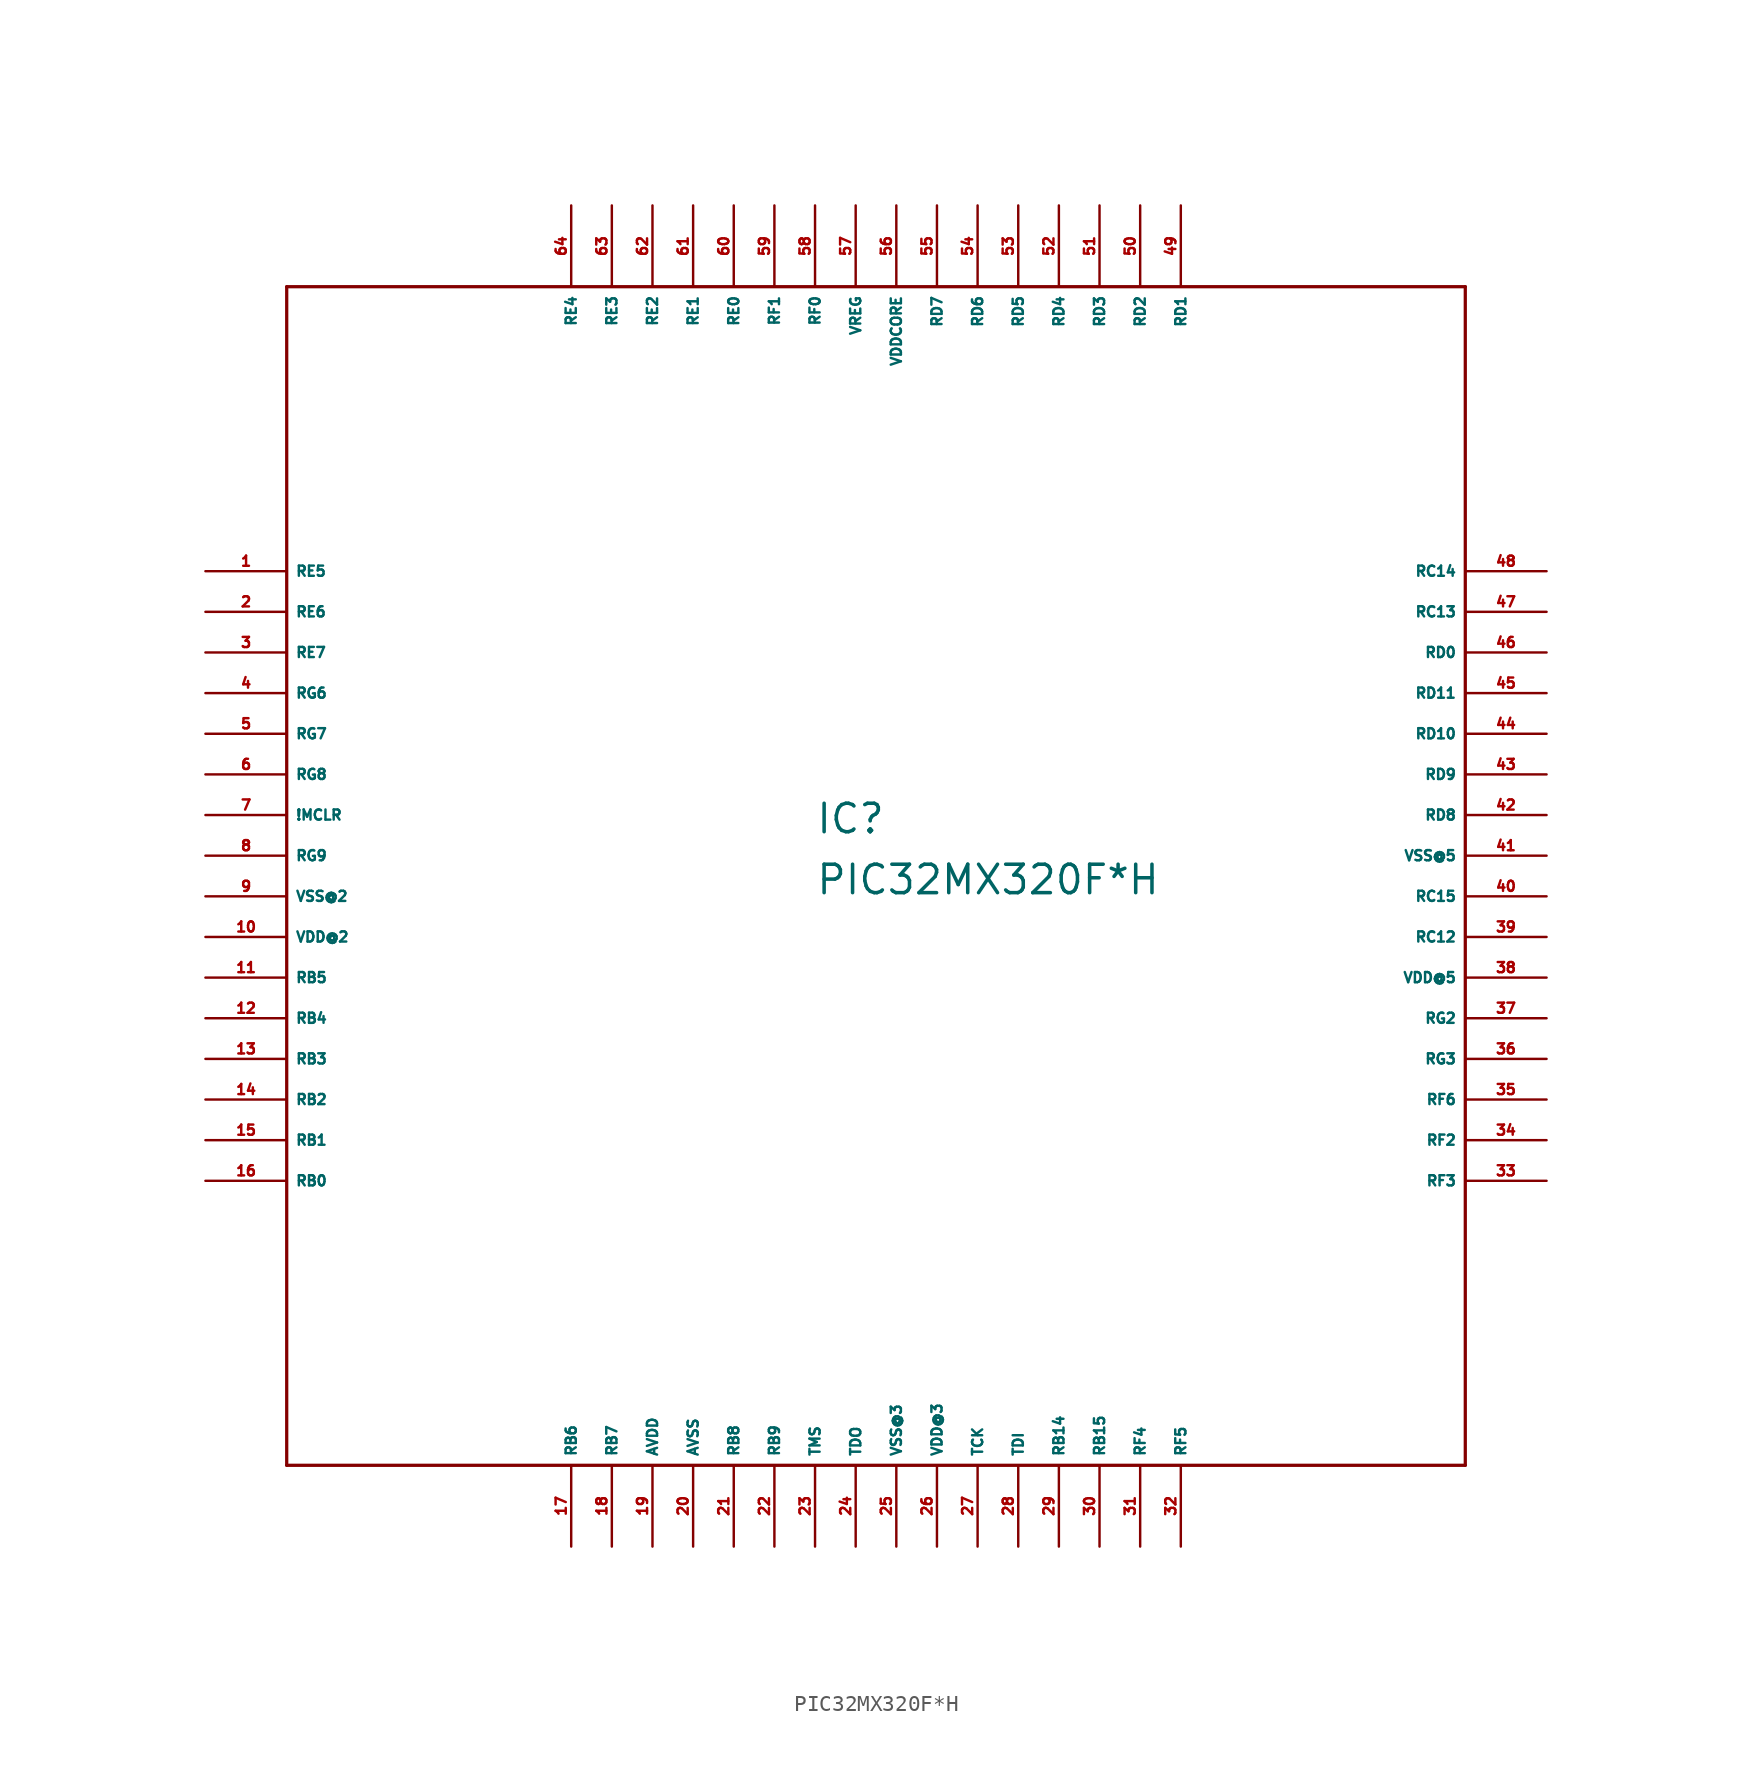
<source format=kicad_sym>
(kicad_symbol_lib
  (version 20220914)
  (generator Eagle2Kicad)
  (symbol "PIC32MX320F*H"
    (property "Reference" "IC"
      (at -5.08 1.27 0)
      (effects (font (size 1.778 1.778) (thickness 0.22)) (justify left bottom)))
    (property "Value" "PIC32MX320F*H"
      (at -5.08 -2.54 0)
      (effects (font (size 1.778 1.778) (thickness 0.22)) (justify left bottom)))
    (polyline
      (pts (xy -38.1 -38.1) (xy 35.56 -38.1))
      (stroke (width 0.203) (type default))
      (fill (type none)))
    (polyline
      (pts (xy 35.56 -38.1) (xy 35.56 35.56))
      (stroke (width 0.203) (type default))
      (fill (type none)))
    (polyline
      (pts (xy 35.56 35.56) (xy -38.1 35.56))
      (stroke (width 0.203) (type default))
      (fill (type none)))
    (polyline
      (pts (xy -38.1 35.56) (xy -38.1 -38.1))
      (stroke (width 0.203) (type default))
      (fill (type none)))
    (pin bidirectional line
      (at -43.18 17.78 0)
      (length 5.08)
      (name "RE5" (effects (font (size 0.635 0.635) (thickness 0.08)) (justify left bottom)))
      (number "1" (effects (font (size 0.635 0.635) (thickness 0.08)) (justify left bottom))))
    (pin bidirectional line
      (at -43.18 15.24 0)
      (length 5.08)
      (name "RE6" (effects (font (size 0.635 0.635) (thickness 0.08)) (justify left bottom)))
      (number "2" (effects (font (size 0.635 0.635) (thickness 0.08)) (justify left bottom))))
    (pin bidirectional line
      (at -43.18 12.7 0)
      (length 5.08)
      (name "RE7" (effects (font (size 0.635 0.635) (thickness 0.08)) (justify left bottom)))
      (number "3" (effects (font (size 0.635 0.635) (thickness 0.08)) (justify left bottom))))
    (pin bidirectional line
      (at -43.18 10.16 0)
      (length 5.08)
      (name "RG6" (effects (font (size 0.635 0.635) (thickness 0.08)) (justify left bottom)))
      (number "4" (effects (font (size 0.635 0.635) (thickness 0.08)) (justify left bottom))))
    (pin bidirectional line
      (at -43.18 7.62 0)
      (length 5.08)
      (name "RG7" (effects (font (size 0.635 0.635) (thickness 0.08)) (justify left bottom)))
      (number "5" (effects (font (size 0.635 0.635) (thickness 0.08)) (justify left bottom))))
    (pin bidirectional line
      (at -43.18 5.08 0)
      (length 5.08)
      (name "RG8" (effects (font (size 0.635 0.635) (thickness 0.08)) (justify left bottom)))
      (number "6" (effects (font (size 0.635 0.635) (thickness 0.08)) (justify left bottom))))
    (pin input line
      (at -43.18 2.54 0)
      (length 5.08)
      (name "!MCLR" (effects (font (size 0.635 0.635) (thickness 0.08)) (justify left bottom)))
      (number "7" (effects (font (size 0.635 0.635) (thickness 0.08)) (justify left bottom))))
    (pin bidirectional line
      (at -43.18 0 0)
      (length 5.08)
      (name "RG9" (effects (font (size 0.635 0.635) (thickness 0.08)) (justify left bottom)))
      (number "8" (effects (font (size 0.635 0.635) (thickness 0.08)) (justify left bottom))))
    (pin unspecified line
      (at -43.18 -2.54 0)
      (length 5.08)
      (name "VSS@2" (effects (font (size 0.635 0.635) (thickness 0.08)) (justify left bottom)))
      (number "9" (effects (font (size 0.635 0.635) (thickness 0.08)) (justify left bottom))))
    (pin unspecified line
      (at -43.18 -5.08 0)
      (length 5.08)
      (name "VDD@2" (effects (font (size 0.635 0.635) (thickness 0.08)) (justify left bottom)))
      (number "10" (effects (font (size 0.635 0.635) (thickness 0.08)) (justify left bottom))))
    (pin bidirectional line
      (at -43.18 -7.62 0)
      (length 5.08)
      (name "RB5" (effects (font (size 0.635 0.635) (thickness 0.08)) (justify left bottom)))
      (number "11" (effects (font (size 0.635 0.635) (thickness 0.08)) (justify left bottom))))
    (pin bidirectional line
      (at -43.18 -10.16 0)
      (length 5.08)
      (name "RB4" (effects (font (size 0.635 0.635) (thickness 0.08)) (justify left bottom)))
      (number "12" (effects (font (size 0.635 0.635) (thickness 0.08)) (justify left bottom))))
    (pin bidirectional line
      (at -43.18 -12.7 0)
      (length 5.08)
      (name "RB3" (effects (font (size 0.635 0.635) (thickness 0.08)) (justify left bottom)))
      (number "13" (effects (font (size 0.635 0.635) (thickness 0.08)) (justify left bottom))))
    (pin bidirectional line
      (at -43.18 -15.24 0)
      (length 5.08)
      (name "RB2" (effects (font (size 0.635 0.635) (thickness 0.08)) (justify left bottom)))
      (number "14" (effects (font (size 0.635 0.635) (thickness 0.08)) (justify left bottom))))
    (pin bidirectional line
      (at -43.18 -17.78 0)
      (length 5.08)
      (name "RB1" (effects (font (size 0.635 0.635) (thickness 0.08)) (justify left bottom)))
      (number "15" (effects (font (size 0.635 0.635) (thickness 0.08)) (justify left bottom))))
    (pin bidirectional line
      (at -43.18 -20.32 0)
      (length 5.08)
      (name "RB0" (effects (font (size 0.635 0.635) (thickness 0.08)) (justify left bottom)))
      (number "16" (effects (font (size 0.635 0.635) (thickness 0.08)) (justify left bottom))))
    (pin bidirectional line
      (at -20.32 -43.18 90)
      (length 5.08)
      (name "RB6" (effects (font (size 0.635 0.635) (thickness 0.08)) (justify left bottom)))
      (number "17" (effects (font (size 0.635 0.635) (thickness 0.08)) (justify left bottom))))
    (pin bidirectional line
      (at -17.78 -43.18 90)
      (length 5.08)
      (name "RB7" (effects (font (size 0.635 0.635) (thickness 0.08)) (justify left bottom)))
      (number "18" (effects (font (size 0.635 0.635) (thickness 0.08)) (justify left bottom))))
    (pin unspecified line
      (at -15.24 -43.18 90)
      (length 5.08)
      (name "AVDD" (effects (font (size 0.635 0.635) (thickness 0.08)) (justify left bottom)))
      (number "19" (effects (font (size 0.635 0.635) (thickness 0.08)) (justify left bottom))))
    (pin unspecified line
      (at -12.7 -43.18 90)
      (length 5.08)
      (name "AVSS" (effects (font (size 0.635 0.635) (thickness 0.08)) (justify left bottom)))
      (number "20" (effects (font (size 0.635 0.635) (thickness 0.08)) (justify left bottom))))
    (pin bidirectional line
      (at -10.16 -43.18 90)
      (length 5.08)
      (name "RB8" (effects (font (size 0.635 0.635) (thickness 0.08)) (justify left bottom)))
      (number "21" (effects (font (size 0.635 0.635) (thickness 0.08)) (justify left bottom))))
    (pin bidirectional line
      (at -7.62 -43.18 90)
      (length 5.08)
      (name "RB9" (effects (font (size 0.635 0.635) (thickness 0.08)) (justify left bottom)))
      (number "22" (effects (font (size 0.635 0.635) (thickness 0.08)) (justify left bottom))))
    (pin input line
      (at -5.08 -43.18 90)
      (length 5.08)
      (name "TMS" (effects (font (size 0.635 0.635) (thickness 0.08)) (justify left bottom)))
      (number "23" (effects (font (size 0.635 0.635) (thickness 0.08)) (justify left bottom))))
    (pin output line
      (at -2.54 -43.18 90)
      (length 5.08)
      (name "TDO" (effects (font (size 0.635 0.635) (thickness 0.08)) (justify left bottom)))
      (number "24" (effects (font (size 0.635 0.635) (thickness 0.08)) (justify left bottom))))
    (pin unspecified line
      (at 0 -43.18 90)
      (length 5.08)
      (name "VSS@3" (effects (font (size 0.635 0.635) (thickness 0.08)) (justify left bottom)))
      (number "25" (effects (font (size 0.635 0.635) (thickness 0.08)) (justify left bottom))))
    (pin unspecified line
      (at 2.54 -43.18 90)
      (length 5.08)
      (name "VDD@3" (effects (font (size 0.635 0.635) (thickness 0.08)) (justify left bottom)))
      (number "26" (effects (font (size 0.635 0.635) (thickness 0.08)) (justify left bottom))))
    (pin input line
      (at 5.08 -43.18 90)
      (length 5.08)
      (name "TCK" (effects (font (size 0.635 0.635) (thickness 0.08)) (justify left bottom)))
      (number "27" (effects (font (size 0.635 0.635) (thickness 0.08)) (justify left bottom))))
    (pin input line
      (at 7.62 -43.18 90)
      (length 5.08)
      (name "TDI" (effects (font (size 0.635 0.635) (thickness 0.08)) (justify left bottom)))
      (number "28" (effects (font (size 0.635 0.635) (thickness 0.08)) (justify left bottom))))
    (pin bidirectional line
      (at 10.16 -43.18 90)
      (length 5.08)
      (name "RB14" (effects (font (size 0.635 0.635) (thickness 0.08)) (justify left bottom)))
      (number "29" (effects (font (size 0.635 0.635) (thickness 0.08)) (justify left bottom))))
    (pin bidirectional line
      (at 12.7 -43.18 90)
      (length 5.08)
      (name "RB15" (effects (font (size 0.635 0.635) (thickness 0.08)) (justify left bottom)))
      (number "30" (effects (font (size 0.635 0.635) (thickness 0.08)) (justify left bottom))))
    (pin bidirectional line
      (at 15.24 -43.18 90)
      (length 5.08)
      (name "RF4" (effects (font (size 0.635 0.635) (thickness 0.08)) (justify left bottom)))
      (number "31" (effects (font (size 0.635 0.635) (thickness 0.08)) (justify left bottom))))
    (pin bidirectional line
      (at 17.78 -43.18 90)
      (length 5.08)
      (name "RF5" (effects (font (size 0.635 0.635) (thickness 0.08)) (justify left bottom)))
      (number "32" (effects (font (size 0.635 0.635) (thickness 0.08)) (justify left bottom))))
    (pin bidirectional line
      (at 40.64 -20.32 180)
      (length 5.08)
      (name "RF3" (effects (font (size 0.635 0.635) (thickness 0.08)) (justify left bottom)))
      (number "33" (effects (font (size 0.635 0.635) (thickness 0.08)) (justify left bottom))))
    (pin bidirectional line
      (at 40.64 -17.78 180)
      (length 5.08)
      (name "RF2" (effects (font (size 0.635 0.635) (thickness 0.08)) (justify left bottom)))
      (number "34" (effects (font (size 0.635 0.635) (thickness 0.08)) (justify left bottom))))
    (pin bidirectional line
      (at 40.64 -15.24 180)
      (length 5.08)
      (name "RF6" (effects (font (size 0.635 0.635) (thickness 0.08)) (justify left bottom)))
      (number "35" (effects (font (size 0.635 0.635) (thickness 0.08)) (justify left bottom))))
    (pin bidirectional line
      (at 40.64 -12.7 180)
      (length 5.08)
      (name "RG3" (effects (font (size 0.635 0.635) (thickness 0.08)) (justify left bottom)))
      (number "36" (effects (font (size 0.635 0.635) (thickness 0.08)) (justify left bottom))))
    (pin bidirectional line
      (at 40.64 -10.16 180)
      (length 5.08)
      (name "RG2" (effects (font (size 0.635 0.635) (thickness 0.08)) (justify left bottom)))
      (number "37" (effects (font (size 0.635 0.635) (thickness 0.08)) (justify left bottom))))
    (pin unspecified line
      (at 40.64 -7.62 180)
      (length 5.08)
      (name "VDD@5" (effects (font (size 0.635 0.635) (thickness 0.08)) (justify left bottom)))
      (number "38" (effects (font (size 0.635 0.635) (thickness 0.08)) (justify left bottom))))
    (pin bidirectional line
      (at 40.64 -5.08 180)
      (length 5.08)
      (name "RC12" (effects (font (size 0.635 0.635) (thickness 0.08)) (justify left bottom)))
      (number "39" (effects (font (size 0.635 0.635) (thickness 0.08)) (justify left bottom))))
    (pin bidirectional line
      (at 40.64 -2.54 180)
      (length 5.08)
      (name "RC15" (effects (font (size 0.635 0.635) (thickness 0.08)) (justify left bottom)))
      (number "40" (effects (font (size 0.635 0.635) (thickness 0.08)) (justify left bottom))))
    (pin unspecified line
      (at 40.64 0 180)
      (length 5.08)
      (name "VSS@5" (effects (font (size 0.635 0.635) (thickness 0.08)) (justify left bottom)))
      (number "41" (effects (font (size 0.635 0.635) (thickness 0.08)) (justify left bottom))))
    (pin bidirectional line
      (at 40.64 2.54 180)
      (length 5.08)
      (name "RD8" (effects (font (size 0.635 0.635) (thickness 0.08)) (justify left bottom)))
      (number "42" (effects (font (size 0.635 0.635) (thickness 0.08)) (justify left bottom))))
    (pin bidirectional line
      (at 40.64 5.08 180)
      (length 5.08)
      (name "RD9" (effects (font (size 0.635 0.635) (thickness 0.08)) (justify left bottom)))
      (number "43" (effects (font (size 0.635 0.635) (thickness 0.08)) (justify left bottom))))
    (pin bidirectional line
      (at 40.64 7.62 180)
      (length 5.08)
      (name "RD10" (effects (font (size 0.635 0.635) (thickness 0.08)) (justify left bottom)))
      (number "44" (effects (font (size 0.635 0.635) (thickness 0.08)) (justify left bottom))))
    (pin bidirectional line
      (at 40.64 10.16 180)
      (length 5.08)
      (name "RD11" (effects (font (size 0.635 0.635) (thickness 0.08)) (justify left bottom)))
      (number "45" (effects (font (size 0.635 0.635) (thickness 0.08)) (justify left bottom))))
    (pin bidirectional line
      (at 40.64 12.7 180)
      (length 5.08)
      (name "RD0" (effects (font (size 0.635 0.635) (thickness 0.08)) (justify left bottom)))
      (number "46" (effects (font (size 0.635 0.635) (thickness 0.08)) (justify left bottom))))
    (pin bidirectional line
      (at 40.64 15.24 180)
      (length 5.08)
      (name "RC13" (effects (font (size 0.635 0.635) (thickness 0.08)) (justify left bottom)))
      (number "47" (effects (font (size 0.635 0.635) (thickness 0.08)) (justify left bottom))))
    (pin bidirectional line
      (at 40.64 17.78 180)
      (length 5.08)
      (name "RC14" (effects (font (size 0.635 0.635) (thickness 0.08)) (justify left bottom)))
      (number "48" (effects (font (size 0.635 0.635) (thickness 0.08)) (justify left bottom))))
    (pin bidirectional line
      (at 17.78 40.64 270)
      (length 5.08)
      (name "RD1" (effects (font (size 0.635 0.635) (thickness 0.08)) (justify left bottom)))
      (number "49" (effects (font (size 0.635 0.635) (thickness 0.08)) (justify left bottom))))
    (pin bidirectional line
      (at 15.24 40.64 270)
      (length 5.08)
      (name "RD2" (effects (font (size 0.635 0.635) (thickness 0.08)) (justify left bottom)))
      (number "50" (effects (font (size 0.635 0.635) (thickness 0.08)) (justify left bottom))))
    (pin bidirectional line
      (at 12.7 40.64 270)
      (length 5.08)
      (name "RD3" (effects (font (size 0.635 0.635) (thickness 0.08)) (justify left bottom)))
      (number "51" (effects (font (size 0.635 0.635) (thickness 0.08)) (justify left bottom))))
    (pin bidirectional line
      (at 10.16 40.64 270)
      (length 5.08)
      (name "RD4" (effects (font (size 0.635 0.635) (thickness 0.08)) (justify left bottom)))
      (number "52" (effects (font (size 0.635 0.635) (thickness 0.08)) (justify left bottom))))
    (pin bidirectional line
      (at 7.62 40.64 270)
      (length 5.08)
      (name "RD5" (effects (font (size 0.635 0.635) (thickness 0.08)) (justify left bottom)))
      (number "53" (effects (font (size 0.635 0.635) (thickness 0.08)) (justify left bottom))))
    (pin bidirectional line
      (at 5.08 40.64 270)
      (length 5.08)
      (name "RD6" (effects (font (size 0.635 0.635) (thickness 0.08)) (justify left bottom)))
      (number "54" (effects (font (size 0.635 0.635) (thickness 0.08)) (justify left bottom))))
    (pin bidirectional line
      (at 2.54 40.64 270)
      (length 5.08)
      (name "RD7" (effects (font (size 0.635 0.635) (thickness 0.08)) (justify left bottom)))
      (number "55" (effects (font (size 0.635 0.635) (thickness 0.08)) (justify left bottom))))
    (pin unspecified line
      (at 0 40.64 270)
      (length 5.08)
      (name "VDDCORE" (effects (font (size 0.635 0.635) (thickness 0.08)) (justify left bottom)))
      (number "56" (effects (font (size 0.635 0.635) (thickness 0.08)) (justify left bottom))))
    (pin passive line
      (at -2.54 40.64 270)
      (length 5.08)
      (name "VREG" (effects (font (size 0.635 0.635) (thickness 0.08)) (justify left bottom)))
      (number "57" (effects (font (size 0.635 0.635) (thickness 0.08)) (justify left bottom))))
    (pin bidirectional line
      (at -5.08 40.64 270)
      (length 5.08)
      (name "RF0" (effects (font (size 0.635 0.635) (thickness 0.08)) (justify left bottom)))
      (number "58" (effects (font (size 0.635 0.635) (thickness 0.08)) (justify left bottom))))
    (pin bidirectional line
      (at -7.62 40.64 270)
      (length 5.08)
      (name "RF1" (effects (font (size 0.635 0.635) (thickness 0.08)) (justify left bottom)))
      (number "59" (effects (font (size 0.635 0.635) (thickness 0.08)) (justify left bottom))))
    (pin bidirectional line
      (at -10.16 40.64 270)
      (length 5.08)
      (name "RE0" (effects (font (size 0.635 0.635) (thickness 0.08)) (justify left bottom)))
      (number "60" (effects (font (size 0.635 0.635) (thickness 0.08)) (justify left bottom))))
    (pin bidirectional line
      (at -12.7 40.64 270)
      (length 5.08)
      (name "RE1" (effects (font (size 0.635 0.635) (thickness 0.08)) (justify left bottom)))
      (number "61" (effects (font (size 0.635 0.635) (thickness 0.08)) (justify left bottom))))
    (pin bidirectional line
      (at -15.24 40.64 270)
      (length 5.08)
      (name "RE2" (effects (font (size 0.635 0.635) (thickness 0.08)) (justify left bottom)))
      (number "62" (effects (font (size 0.635 0.635) (thickness 0.08)) (justify left bottom))))
    (pin bidirectional line
      (at -17.78 40.64 270)
      (length 5.08)
      (name "RE3" (effects (font (size 0.635 0.635) (thickness 0.08)) (justify left bottom)))
      (number "63" (effects (font (size 0.635 0.635) (thickness 0.08)) (justify left bottom))))
    (pin bidirectional line
      (at -20.32 40.64 270)
      (length 5.08)
      (name "RE4" (effects (font (size 0.635 0.635) (thickness 0.08)) (justify left bottom)))
      (number "64" (effects (font (size 0.635 0.635) (thickness 0.08)) (justify left bottom))))))
</source>
